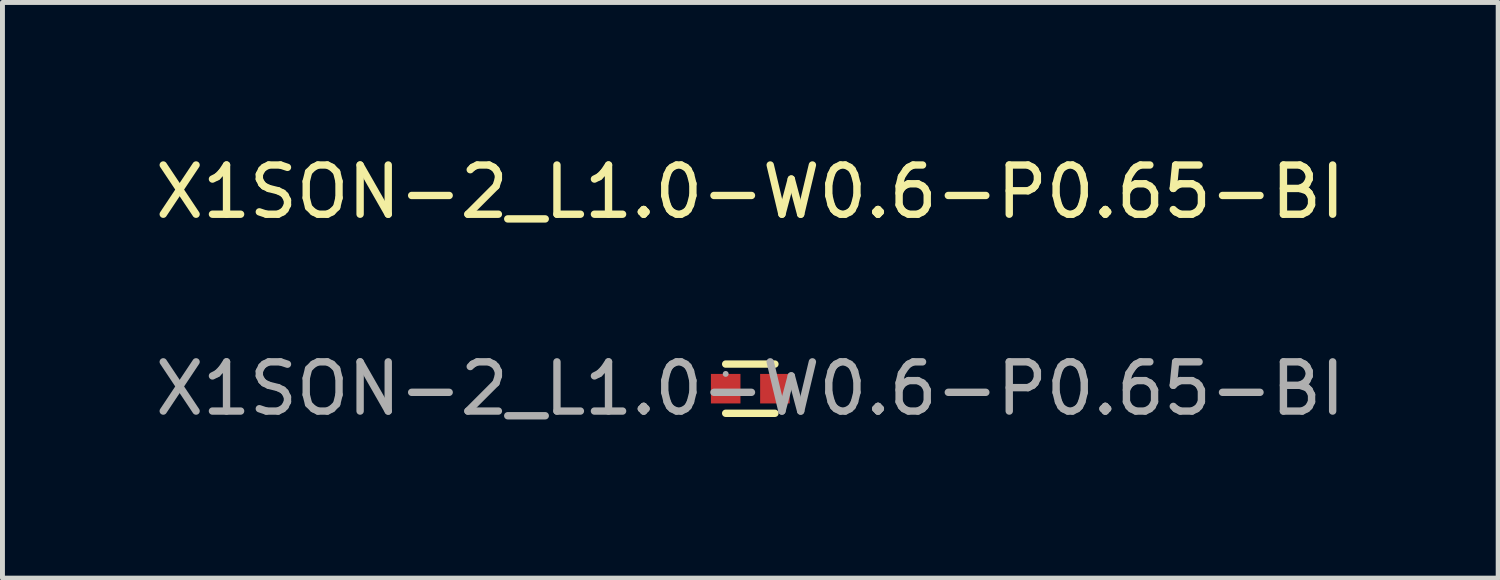
<source format=kicad_pcb>
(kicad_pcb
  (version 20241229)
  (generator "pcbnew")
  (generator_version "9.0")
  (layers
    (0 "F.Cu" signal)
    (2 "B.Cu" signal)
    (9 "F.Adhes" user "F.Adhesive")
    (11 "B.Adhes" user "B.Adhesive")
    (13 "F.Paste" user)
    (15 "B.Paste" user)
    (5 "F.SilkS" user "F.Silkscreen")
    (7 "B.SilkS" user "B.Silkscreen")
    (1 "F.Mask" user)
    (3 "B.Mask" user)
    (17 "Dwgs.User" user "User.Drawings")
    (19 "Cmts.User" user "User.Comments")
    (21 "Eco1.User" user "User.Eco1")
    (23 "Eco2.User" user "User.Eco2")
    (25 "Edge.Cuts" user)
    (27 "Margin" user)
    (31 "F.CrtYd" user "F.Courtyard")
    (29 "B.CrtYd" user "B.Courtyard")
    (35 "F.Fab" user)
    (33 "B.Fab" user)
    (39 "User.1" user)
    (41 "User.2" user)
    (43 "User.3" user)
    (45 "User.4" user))
  (footprint "X1SON-2_L1.0-W0.6-P0.65-BI"
    (layer "F.Cu")
    (at 12.196 4.848)
    (property "Reference" "X1SON-2_L1.0-W0.6-P0.65-BI" (at 0 -4 0) (layer "F.SilkS") (effects (font (size 1 1) (thickness 0.15))))
    (attr smd)
    (fp_line (start -0.5 -0.5) (end 0.5 -0.5) (stroke (width 0.15) (type solid)) (layer "F.SilkS"))
    (fp_line (start -0.5 0.5) (end 0.5 0.5) (stroke (width 0.15) (type solid)) (layer "F.SilkS"))
    (fp_circle (center -0.5 -0.3) (end -0.47 -0.3) (stroke (width 0.06) (type solid)) (fill no) (layer "F.Fab"))
    (fp_text user "${REFERENCE}" (at 0 0 0) (layer "F.Fab") (effects (font (size 1 1) (thickness 0.15))))
    (pad "1" smd rect (at -0.5 0) (size 0.6 0.6) (layers "F.Cu" "F.Mask" "F.Paste"))
    (pad "2" smd rect (at 0.5 0) (size 0.6 0.6) (layers "F.Cu" "F.Mask" "F.Paste")))
  (gr_rect
    (start -3 -3)
    (end 27.393 8.697)
    (stroke (width 0.1) (type default))
    (fill no)
    (layer "Edge.Cuts")))
</source>
